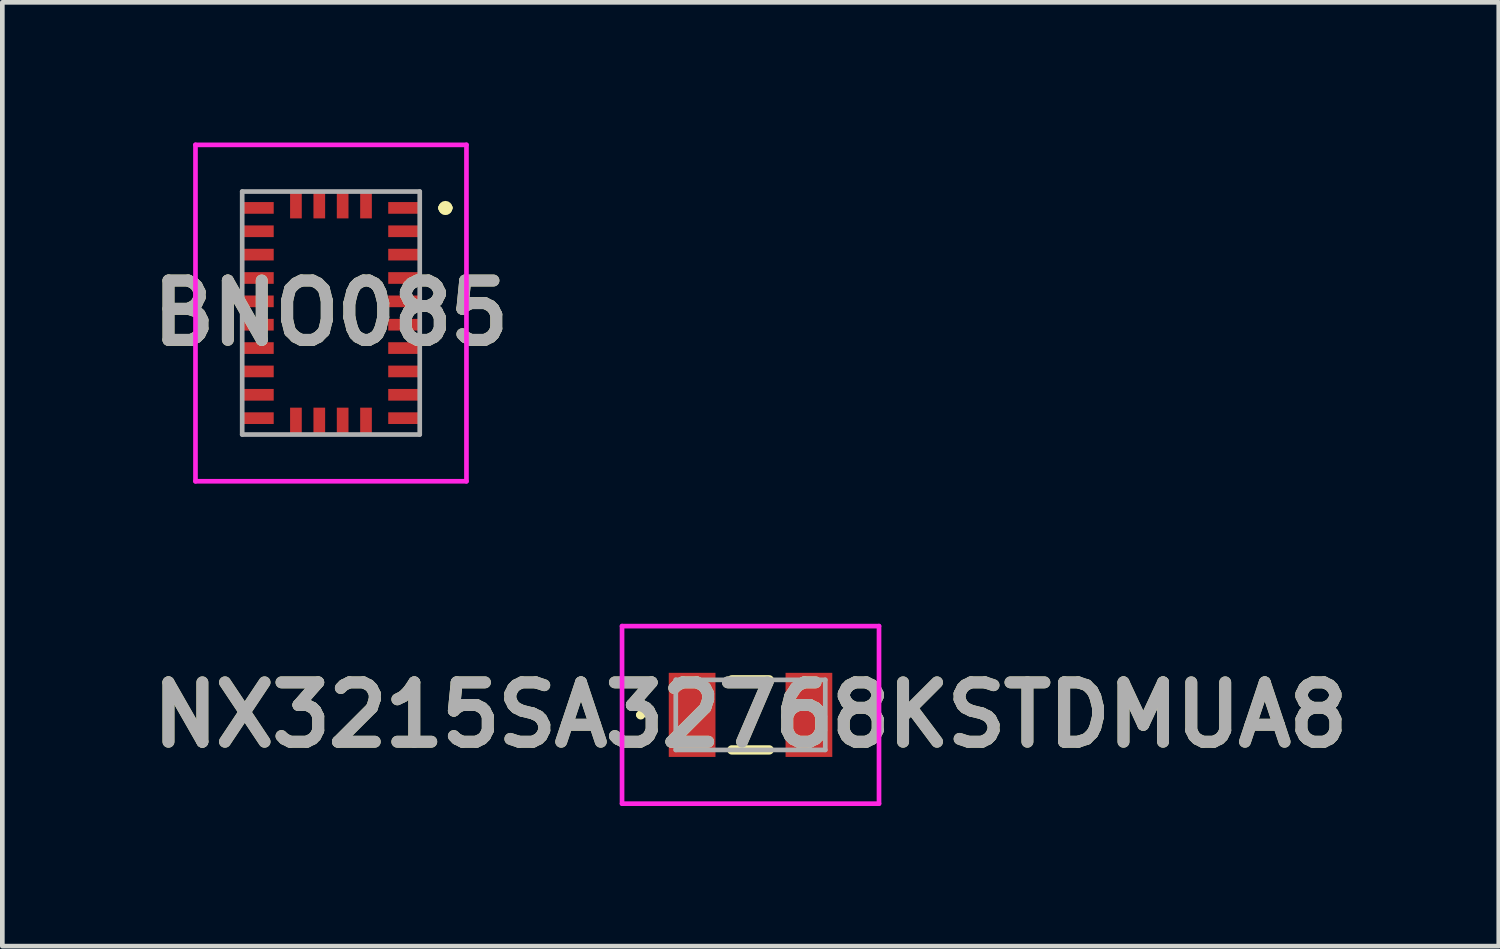
<source format=kicad_pcb>
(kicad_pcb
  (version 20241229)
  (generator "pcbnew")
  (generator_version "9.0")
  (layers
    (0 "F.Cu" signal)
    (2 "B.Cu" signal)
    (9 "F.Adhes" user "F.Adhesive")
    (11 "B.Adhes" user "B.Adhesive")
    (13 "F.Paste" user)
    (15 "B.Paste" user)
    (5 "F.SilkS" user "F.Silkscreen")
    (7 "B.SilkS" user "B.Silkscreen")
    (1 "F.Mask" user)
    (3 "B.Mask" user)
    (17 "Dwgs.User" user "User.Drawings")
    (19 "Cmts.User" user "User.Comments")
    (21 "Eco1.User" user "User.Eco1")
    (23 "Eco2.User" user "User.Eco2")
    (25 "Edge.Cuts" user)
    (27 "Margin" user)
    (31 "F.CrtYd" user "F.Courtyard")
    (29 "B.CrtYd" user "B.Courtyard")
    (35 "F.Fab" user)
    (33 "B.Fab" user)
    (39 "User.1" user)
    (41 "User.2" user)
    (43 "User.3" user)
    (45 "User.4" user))
  (footprint "BNO085"
    (layer "F.Cu")
    (at 4.034 3.65)
    (property "Reference" "BNO085" (at 0 0 0) (layer "F.SilkS") (effects (font (size 1.27 1.27) (thickness 0.254))))
    (attr smd)
    (fp_line (start 2.4 -2.25) (end 2.4 -2.25) (stroke (width 0.2) (type solid)) (layer "F.SilkS"))
    (fp_line (start 2.4 -2.25) (end 2.4 -2.25) (stroke (width 0.2) (type solid)) (layer "F.SilkS"))
    (fp_line (start 2.5 -2.25) (end 2.5 -2.25) (stroke (width 0.2) (type solid)) (layer "F.SilkS"))
    (fp_arc (start 2.4 -2.25) (mid 2.45 -2.3) (end 2.5 -2.25) (stroke (width 0.2) (type solid)) (layer "F.SilkS"))
    (fp_arc (start 2.5 -2.25) (mid 2.45 -2.2) (end 2.4 -2.25) (stroke (width 0.2) (type solid)) (layer "F.SilkS"))
    (fp_arc (start 2.5 -2.25) (mid 2.45 -2.2) (end 2.4 -2.25) (stroke (width 0.2) (type solid)) (layer "F.SilkS"))
    (fp_line (start -2.9 -3.6) (end 2.9 -3.6) (stroke (width 0.1) (type solid)) (layer "F.CrtYd"))
    (fp_line (start -2.9 3.601) (end -2.9 -3.6) (stroke (width 0.1) (type solid)) (layer "F.CrtYd"))
    (fp_line (start 2.9 -3.6) (end 2.9 3.601) (stroke (width 0.1) (type solid)) (layer "F.CrtYd"))
    (fp_line (start 2.9 3.601) (end -2.9 3.601) (stroke (width 0.1) (type solid)) (layer "F.CrtYd"))
    (fp_line (start -1.9 -2.6) (end -1.9 2.6) (stroke (width 0.1) (type solid)) (layer "F.Fab"))
    (fp_line (start -1.9 2.6) (end 1.9 2.6) (stroke (width 0.1) (type solid)) (layer "F.Fab"))
    (fp_line (start 1.9 -2.6) (end -1.9 -2.6) (stroke (width 0.1) (type solid)) (layer "F.Fab"))
    (fp_line (start 1.9 2.6) (end 1.9 -2.6) (stroke (width 0.1) (type solid)) (layer "F.Fab"))
    (fp_text user "${REFERENCE}" (at 0 0 0) (layer "F.Fab") (effects (font (size 1.27 1.27) (thickness 0.254))))
    (pad "1" smd rect (at 1.563 -2.25 90) (size 0.25 0.675) (layers "F.Cu" "F.Mask" "F.Paste"))
    (pad "2" smd rect (at 0.75 -2.313) (size 0.25 0.575) (layers "F.Cu" "F.Mask" "F.Paste"))
    (pad "3" smd rect (at 0.25 -2.313) (size 0.25 0.575) (layers "F.Cu" "F.Mask" "F.Paste"))
    (pad "4" smd rect (at -0.25 -2.313) (size 0.25 0.575) (layers "F.Cu" "F.Mask" "F.Paste"))
    (pad "5" smd rect (at -0.75 -2.313) (size 0.25 0.575) (layers "F.Cu" "F.Mask" "F.Paste"))
    (pad "6" smd rect (at -1.563 -2.25 90) (size 0.25 0.675) (layers "F.Cu" "F.Mask" "F.Paste"))
    (pad "7" smd rect (at -1.563 -1.75 90) (size 0.25 0.675) (layers "F.Cu" "F.Mask" "F.Paste"))
    (pad "8" smd rect (at -1.563 -1.25 90) (size 0.25 0.675) (layers "F.Cu" "F.Mask" "F.Paste"))
    (pad "9" smd rect (at -1.563 -0.75 90) (size 0.25 0.675) (layers "F.Cu" "F.Mask" "F.Paste"))
    (pad "10" smd rect (at -1.563 -0.25 90) (size 0.25 0.675) (layers "F.Cu" "F.Mask" "F.Paste"))
    (pad "11" smd rect (at -1.563 0.25 90) (size 0.25 0.675) (layers "F.Cu" "F.Mask" "F.Paste"))
    (pad "12" smd rect (at -1.563 0.75 90) (size 0.25 0.675) (layers "F.Cu" "F.Mask" "F.Paste"))
    (pad "13" smd rect (at -1.563 1.25 90) (size 0.25 0.675) (layers "F.Cu" "F.Mask" "F.Paste"))
    (pad "14" smd rect (at -1.563 1.75 90) (size 0.25 0.675) (layers "F.Cu" "F.Mask" "F.Paste"))
    (pad "15" smd rect (at -1.563 2.25 90) (size 0.25 0.675) (layers "F.Cu" "F.Mask" "F.Paste"))
    (pad "16" smd rect (at -0.75 2.313) (size 0.25 0.575) (layers "F.Cu" "F.Mask" "F.Paste"))
    (pad "17" smd rect (at -0.25 2.313) (size 0.25 0.575) (layers "F.Cu" "F.Mask" "F.Paste"))
    (pad "18" smd rect (at 0.25 2.313) (size 0.25 0.575) (layers "F.Cu" "F.Mask" "F.Paste"))
    (pad "19" smd rect (at 0.75 2.313) (size 0.25 0.575) (layers "F.Cu" "F.Mask" "F.Paste"))
    (pad "20" smd rect (at 1.563 2.25 90) (size 0.25 0.675) (layers "F.Cu" "F.Mask" "F.Paste"))
    (pad "21" smd rect (at 1.563 1.75 90) (size 0.25 0.675) (layers "F.Cu" "F.Mask" "F.Paste"))
    (pad "22" smd rect (at 1.563 1.25 90) (size 0.25 0.675) (layers "F.Cu" "F.Mask" "F.Paste"))
    (pad "23" smd rect (at 1.563 0.75 90) (size 0.25 0.675) (layers "F.Cu" "F.Mask" "F.Paste"))
    (pad "24" smd rect (at 1.563 0.25 90) (size 0.25 0.675) (layers "F.Cu" "F.Mask" "F.Paste"))
    (pad "25" smd rect (at 1.563 -0.25 90) (size 0.25 0.675) (layers "F.Cu" "F.Mask" "F.Paste"))
    (pad "26" smd rect (at 1.563 -0.75 90) (size 0.25 0.675) (layers "F.Cu" "F.Mask" "F.Paste"))
    (pad "27" smd rect (at 1.563 -1.25 90) (size 0.25 0.675) (layers "F.Cu" "F.Mask" "F.Paste"))
    (pad "28" smd rect (at 1.563 -1.75 90) (size 0.25 0.675) (layers "F.Cu" "F.Mask" "F.Paste")))
  (footprint "NX3215SA32768KSTDMUA8"
    (layer "F.Cu")
    (at 13.014 12.251)
    (property "Reference" "NX3215SA32768KSTDMUA8" (at 0 0 0) (layer "F.SilkS") (effects (font (size 1.27 1.27) (thickness 0.254))))
    (attr smd)
    (fp_line (start -2.4 0) (end -2.4 0) (stroke (width 0.1) (type solid)) (layer "F.SilkS"))
    (fp_line (start -2.3 0) (end -2.3 0) (stroke (width 0.1) (type solid)) (layer "F.SilkS"))
    (fp_line (start -0.4 -0.75) (end 0.4 -0.75) (stroke (width 0.2) (type solid)) (layer "F.SilkS"))
    (fp_line (start -0.4 0.75) (end 0.4 0.75) (stroke (width 0.2) (type solid)) (layer "F.SilkS"))
    (fp_arc (start -2.4 0) (mid -2.35 -0.05) (end -2.3 0) (stroke (width 0.1) (type solid)) (layer "F.SilkS"))
    (fp_arc (start -2.3 0) (mid -2.35 0.05) (end -2.4 0) (stroke (width 0.1) (type solid)) (layer "F.SilkS"))
    (fp_line (start -2.75 -1.9) (end 2.75 -1.9) (stroke (width 0.1) (type solid)) (layer "F.CrtYd"))
    (fp_line (start -2.75 1.9) (end -2.75 -1.9) (stroke (width 0.1) (type solid)) (layer "F.CrtYd"))
    (fp_line (start 2.75 -1.9) (end 2.75 1.9) (stroke (width 0.1) (type solid)) (layer "F.CrtYd"))
    (fp_line (start 2.75 1.9) (end -2.75 1.9) (stroke (width 0.1) (type solid)) (layer "F.CrtYd"))
    (fp_line (start -1.6 -0.75) (end 1.6 -0.75) (stroke (width 0.1) (type solid)) (layer "F.Fab"))
    (fp_line (start -1.6 0.75) (end -1.6 -0.75) (stroke (width 0.1) (type solid)) (layer "F.Fab"))
    (fp_line (start 1.6 -0.75) (end 1.6 0.75) (stroke (width 0.1) (type solid)) (layer "F.Fab"))
    (fp_line (start 1.6 0.75) (end -1.6 0.75) (stroke (width 0.1) (type solid)) (layer "F.Fab"))
    (fp_text user "${REFERENCE}" (at 0 0 0) (layer "F.Fab") (effects (font (size 1.27 1.27) (thickness 0.254))))
    (pad "1" smd rect (at -1.25 0) (size 1 1.8) (layers "F.Cu" "F.Mask" "F.Paste"))
    (pad "2" smd rect (at 1.25 0) (size 1 1.8) (layers "F.Cu" "F.Mask" "F.Paste")))
  (gr_rect
    (start -3 -3)
    (end 29.029 17.201)
    (stroke (width 0.1) (type default))
    (fill no)
    (layer "Edge.Cuts")))
</source>
